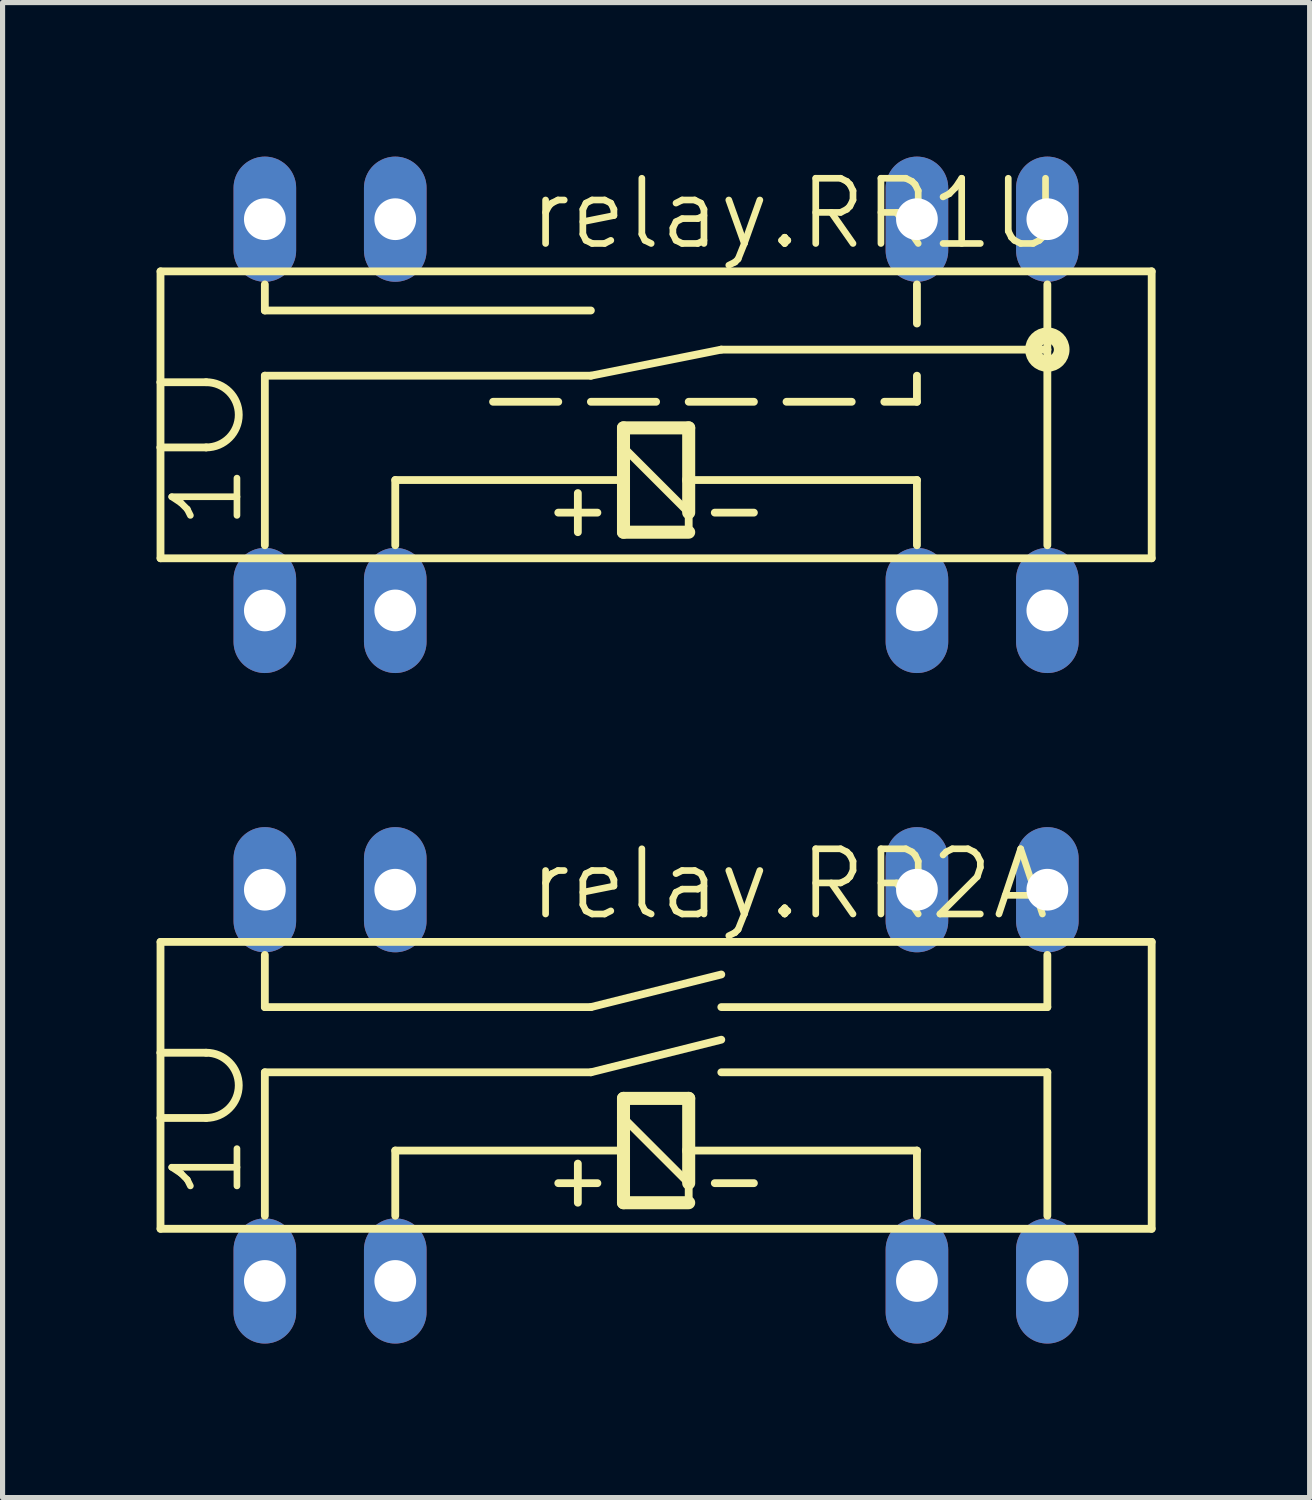
<source format=kicad_pcb>
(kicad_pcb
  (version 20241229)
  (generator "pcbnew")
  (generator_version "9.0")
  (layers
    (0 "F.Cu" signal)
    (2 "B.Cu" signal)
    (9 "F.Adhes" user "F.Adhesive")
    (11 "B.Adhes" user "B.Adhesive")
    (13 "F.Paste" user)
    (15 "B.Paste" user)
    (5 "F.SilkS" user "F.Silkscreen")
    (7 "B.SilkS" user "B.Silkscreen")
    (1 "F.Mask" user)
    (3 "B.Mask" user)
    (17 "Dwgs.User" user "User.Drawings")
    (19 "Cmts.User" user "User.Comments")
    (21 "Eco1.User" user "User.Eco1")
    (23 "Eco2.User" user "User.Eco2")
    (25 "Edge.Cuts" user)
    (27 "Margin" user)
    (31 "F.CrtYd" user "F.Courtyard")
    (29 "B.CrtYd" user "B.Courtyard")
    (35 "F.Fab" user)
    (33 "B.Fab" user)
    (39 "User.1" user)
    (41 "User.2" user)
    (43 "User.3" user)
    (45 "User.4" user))
  (footprint "relay.RR2A"
    (layer "F.Cu")
    (at 9.728 18.088)
    (property "Reference" "relay.RR2A" (at -2.54 -3.175 0) (layer "F.SilkS") (effects (font (size 1.27 1.27) (thickness 0.13)) (justify left bottom)))
    (attr through_hole)
    (fp_line (start -9.652 -0.635) (end -9.652 -2.794) (stroke (width 0.152) (type default)) (layer "F.SilkS"))
    (fp_line (start -9.652 0.635) (end -9.652 -0.635) (stroke (width 0.152) (type default)) (layer "F.SilkS"))
    (fp_line (start -9.652 0.635) (end -9.652 2.794) (stroke (width 0.152) (type default)) (layer "F.SilkS"))
    (fp_line (start -8.763 -0.635) (end -9.652 -0.635) (stroke (width 0.152) (type default)) (layer "F.SilkS"))
    (fp_line (start -8.763 0.635) (end -9.652 0.635) (stroke (width 0.152) (type default)) (layer "F.SilkS"))
    (fp_line (start -7.62 -2.54) (end -7.62 -1.524) (stroke (width 0.152) (type default)) (layer "F.SilkS"))
    (fp_line (start -7.62 -1.524) (end -1.27 -1.524) (stroke (width 0.152) (type default)) (layer "F.SilkS"))
    (fp_line (start -7.62 -0.254) (end -7.62 2.54) (stroke (width 0.152) (type default)) (layer "F.SilkS"))
    (fp_line (start -7.62 -0.254) (end -1.27 -0.254) (stroke (width 0.152) (type default)) (layer "F.SilkS"))
    (fp_line (start -5.08 1.27) (end -0.635 1.27) (stroke (width 0.152) (type default)) (layer "F.SilkS"))
    (fp_line (start -5.08 2.54) (end -5.08 1.27) (stroke (width 0.152) (type default)) (layer "F.SilkS"))
    (fp_line (start -1.905 1.905) (end -1.143 1.905) (stroke (width 0.152) (type default)) (layer "F.SilkS"))
    (fp_line (start -1.524 1.524) (end -1.524 2.286) (stroke (width 0.152) (type default)) (layer "F.SilkS"))
    (fp_line (start -1.27 -1.524) (end 1.27 -2.159) (stroke (width 0.152) (type default)) (layer "F.SilkS"))
    (fp_line (start -1.27 -0.254) (end 1.27 -0.889) (stroke (width 0.152) (type default)) (layer "F.SilkS"))
    (fp_line (start -0.635 0.254) (end 0.635 0.254) (stroke (width 0.254) (type default)) (layer "F.SilkS"))
    (fp_line (start -0.635 0.635) (end -0.635 0.254) (stroke (width 0.254) (type default)) (layer "F.SilkS"))
    (fp_line (start -0.635 0.635) (end 0.635 1.905) (stroke (width 0.152) (type default)) (layer "F.SilkS"))
    (fp_line (start -0.635 1.27) (end -0.635 0.635) (stroke (width 0.254) (type default)) (layer "F.SilkS"))
    (fp_line (start -0.635 2.286) (end -0.635 1.27) (stroke (width 0.254) (type default)) (layer "F.SilkS"))
    (fp_line (start 0.635 0.254) (end 0.635 1.27) (stroke (width 0.254) (type default)) (layer "F.SilkS"))
    (fp_line (start 0.635 1.27) (end 0.635 1.905) (stroke (width 0.254) (type default)) (layer "F.SilkS"))
    (fp_line (start 0.635 1.905) (end 0.635 2.286) (stroke (width 0.152) (type default)) (layer "F.SilkS"))
    (fp_line (start 0.635 2.286) (end -0.635 2.286) (stroke (width 0.254) (type default)) (layer "F.SilkS"))
    (fp_line (start 1.143 1.905) (end 1.905 1.905) (stroke (width 0.152) (type default)) (layer "F.SilkS"))
    (fp_line (start 1.27 -1.524) (end 7.62 -1.524) (stroke (width 0.152) (type default)) (layer "F.SilkS"))
    (fp_line (start 1.27 -0.254) (end 7.62 -0.254) (stroke (width 0.152) (type default)) (layer "F.SilkS"))
    (fp_line (start 5.08 1.27) (end 0.635 1.27) (stroke (width 0.152) (type default)) (layer "F.SilkS"))
    (fp_line (start 5.08 2.54) (end 5.08 1.27) (stroke (width 0.152) (type default)) (layer "F.SilkS"))
    (fp_line (start 7.62 -1.524) (end 7.62 -2.54) (stroke (width 0.152) (type default)) (layer "F.SilkS"))
    (fp_line (start 7.62 2.54) (end 7.62 -0.254) (stroke (width 0.152) (type default)) (layer "F.SilkS"))
    (fp_line (start 9.652 -2.794) (end -9.652 -2.794) (stroke (width 0.152) (type default)) (layer "F.SilkS"))
    (fp_line (start 9.652 2.794) (end -9.652 2.794) (stroke (width 0.152) (type default)) (layer "F.SilkS"))
    (fp_line (start 9.652 2.794) (end 9.652 -2.794) (stroke (width 0.152) (type default)) (layer "F.SilkS"))
    (fp_arc (start -8.763 -0.635) (mid -8.128 0) (end -8.763 0.635) (stroke (width 0.1524) (type default)) (layer "F.SilkS"))
    (fp_text user "1" (at -8.001 2.286 90) (layer "F.SilkS") (effects (font (size 1.27 1.27) (thickness 0.13)) (justify left bottom)))
    (pad "1" thru_hole oval (at -7.62 3.81 90) (size 2.438 1.219) (drill 0.813) (layers "*.Cu" "*.Mask"))
    (pad "2" thru_hole oval (at -5.08 3.81 90) (size 2.438 1.219) (drill 0.813) (layers "*.Cu" "*.Mask"))
    (pad "6" thru_hole oval (at 5.08 3.81 90) (size 2.438 1.219) (drill 0.813) (layers "*.Cu" "*.Mask"))
    (pad "7" thru_hole oval (at 7.62 3.81 90) (size 2.438 1.219) (drill 0.813) (layers "*.Cu" "*.Mask"))
    (pad "8" thru_hole oval (at 7.62 -3.81 90) (size 2.438 1.219) (drill 0.813) (layers "*.Cu" "*.Mask"))
    (pad "9" thru_hole oval (at 5.08 -3.81 90) (size 2.438 1.219) (drill 0.813) (layers "*.Cu" "*.Mask"))
    (pad "13" thru_hole oval (at -5.08 -3.81 90) (size 2.438 1.219) (drill 0.813) (layers "*.Cu" "*.Mask"))
    (pad "14" thru_hole oval (at -7.62 -3.81 90) (size 2.438 1.219) (drill 0.813) (layers "*.Cu" "*.Mask")))
  (footprint "relay.RR1U"
    (layer "F.Cu")
    (at 9.728 5.029)
    (property "Reference" "relay.RR1U" (at -2.54 -3.175 0) (layer "F.SilkS") (effects (font (size 1.27 1.27) (thickness 0.13)) (justify left bottom)))
    (attr through_hole)
    (fp_line (start -9.652 -0.635) (end -9.652 -2.794) (stroke (width 0.152) (type default)) (layer "F.SilkS"))
    (fp_line (start -9.652 0.635) (end -9.652 -0.635) (stroke (width 0.152) (type default)) (layer "F.SilkS"))
    (fp_line (start -9.652 0.635) (end -9.652 2.794) (stroke (width 0.152) (type default)) (layer "F.SilkS"))
    (fp_line (start -8.763 -0.635) (end -9.652 -0.635) (stroke (width 0.152) (type default)) (layer "F.SilkS"))
    (fp_line (start -8.763 0.635) (end -9.652 0.635) (stroke (width 0.152) (type default)) (layer "F.SilkS"))
    (fp_line (start -7.62 -2.54) (end -7.62 -2.032) (stroke (width 0.152) (type default)) (layer "F.SilkS"))
    (fp_line (start -7.62 -0.762) (end -7.62 2.54) (stroke (width 0.152) (type default)) (layer "F.SilkS"))
    (fp_line (start -7.62 -0.762) (end -1.27 -0.762) (stroke (width 0.152) (type default)) (layer "F.SilkS"))
    (fp_line (start -5.08 1.27) (end -0.635 1.27) (stroke (width 0.152) (type default)) (layer "F.SilkS"))
    (fp_line (start -5.08 2.54) (end -5.08 1.27) (stroke (width 0.152) (type default)) (layer "F.SilkS"))
    (fp_line (start -1.905 -0.254) (end -3.175 -0.254) (stroke (width 0.152) (type default)) (layer "F.SilkS"))
    (fp_line (start -1.905 1.905) (end -1.143 1.905) (stroke (width 0.152) (type default)) (layer "F.SilkS"))
    (fp_line (start -1.524 1.524) (end -1.524 2.286) (stroke (width 0.152) (type default)) (layer "F.SilkS"))
    (fp_line (start -1.27 -2.032) (end -7.62 -2.032) (stroke (width 0.152) (type default)) (layer "F.SilkS"))
    (fp_line (start -0.635 0.254) (end 0.635 0.254) (stroke (width 0.254) (type default)) (layer "F.SilkS"))
    (fp_line (start -0.635 0.635) (end -0.635 0.254) (stroke (width 0.254) (type default)) (layer "F.SilkS"))
    (fp_line (start -0.635 0.635) (end 0.635 1.905) (stroke (width 0.152) (type default)) (layer "F.SilkS"))
    (fp_line (start -0.635 1.27) (end -0.635 0.635) (stroke (width 0.254) (type default)) (layer "F.SilkS"))
    (fp_line (start -0.635 2.286) (end -0.635 1.27) (stroke (width 0.254) (type default)) (layer "F.SilkS"))
    (fp_line (start 0 -0.254) (end -1.27 -0.254) (stroke (width 0.152) (type default)) (layer "F.SilkS"))
    (fp_line (start 0.635 0.254) (end 0.635 1.27) (stroke (width 0.254) (type default)) (layer "F.SilkS"))
    (fp_line (start 0.635 1.27) (end 0.635 1.905) (stroke (width 0.254) (type default)) (layer "F.SilkS"))
    (fp_line (start 0.635 1.905) (end 0.635 2.286) (stroke (width 0.152) (type default)) (layer "F.SilkS"))
    (fp_line (start 0.635 2.286) (end -0.635 2.286) (stroke (width 0.254) (type default)) (layer "F.SilkS"))
    (fp_line (start 1.143 1.905) (end 1.905 1.905) (stroke (width 0.152) (type default)) (layer "F.SilkS"))
    (fp_line (start 1.27 -1.27) (end -1.27 -0.762) (stroke (width 0.152) (type default)) (layer "F.SilkS"))
    (fp_line (start 1.27 -1.27) (end 7.62 -1.27) (stroke (width 0.152) (type default)) (layer "F.SilkS"))
    (fp_line (start 1.905 -0.254) (end 0.635 -0.254) (stroke (width 0.152) (type default)) (layer "F.SilkS"))
    (fp_line (start 3.81 -0.254) (end 2.54 -0.254) (stroke (width 0.152) (type default)) (layer "F.SilkS"))
    (fp_line (start 4.445 -0.254) (end 5.08 -0.254) (stroke (width 0.152) (type default)) (layer "F.SilkS"))
    (fp_line (start 5.08 -2.54) (end 5.08 -1.778) (stroke (width 0.152) (type default)) (layer "F.SilkS"))
    (fp_line (start 5.08 -0.254) (end 5.08 -0.762) (stroke (width 0.152) (type default)) (layer "F.SilkS"))
    (fp_line (start 5.08 1.27) (end 0.635 1.27) (stroke (width 0.152) (type default)) (layer "F.SilkS"))
    (fp_line (start 5.08 2.54) (end 5.08 1.27) (stroke (width 0.152) (type default)) (layer "F.SilkS"))
    (fp_line (start 7.62 -1.27) (end 7.62 -2.54) (stroke (width 0.152) (type default)) (layer "F.SilkS"))
    (fp_line (start 7.62 2.54) (end 7.62 -1.27) (stroke (width 0.152) (type default)) (layer "F.SilkS"))
    (fp_line (start 9.652 -2.794) (end -9.652 -2.794) (stroke (width 0.152) (type default)) (layer "F.SilkS"))
    (fp_line (start 9.652 2.794) (end -9.652 2.794) (stroke (width 0.152) (type default)) (layer "F.SilkS"))
    (fp_line (start 9.652 2.794) (end 9.652 -2.794) (stroke (width 0.152) (type default)) (layer "F.SilkS"))
    (fp_arc (start -8.763 -0.635) (mid -8.128 0) (end -8.763 0.635) (stroke (width 0.1524) (type default)) (layer "F.SilkS"))
    (fp_circle (center 7.62 -1.27) (end 7.747 -1.27) (stroke (width 0.305) (type default)) (fill no) (layer "F.SilkS"))
    (fp_text user "1" (at -8.001 2.286 90) (layer "F.SilkS") (effects (font (size 1.27 1.27) (thickness 0.13)) (justify left bottom)))
    (pad "1" thru_hole oval (at -7.62 3.81 90) (size 2.438 1.219) (drill 0.813) (layers "*.Cu" "*.Mask"))
    (pad "2" thru_hole oval (at -5.08 3.81 90) (size 2.438 1.219) (drill 0.813) (layers "*.Cu" "*.Mask"))
    (pad "6" thru_hole oval (at 5.08 3.81 90) (size 2.438 1.219) (drill 0.813) (layers "*.Cu" "*.Mask"))
    (pad "7" thru_hole oval (at 7.62 3.81 90) (size 2.438 1.219) (drill 0.813) (layers "*.Cu" "*.Mask"))
    (pad "8" thru_hole oval (at 7.62 -3.81 90) (size 2.438 1.219) (drill 0.813) (layers "*.Cu" "*.Mask"))
    (pad "9" thru_hole oval (at 5.08 -3.81 90) (size 2.438 1.219) (drill 0.813) (layers "*.Cu" "*.Mask"))
    (pad "13" thru_hole oval (at -5.08 -3.81 90) (size 2.438 1.219) (drill 0.813) (layers "*.Cu" "*.Mask"))
    (pad "14" thru_hole oval (at -7.62 -3.81 90) (size 2.438 1.219) (drill 0.813) (layers "*.Cu" "*.Mask")))
  (gr_rect
    (start -3 -3)
    (end 22.456 26.117)
    (stroke (width 0.1) (type default))
    (fill no)
    (layer "Edge.Cuts")))
</source>
